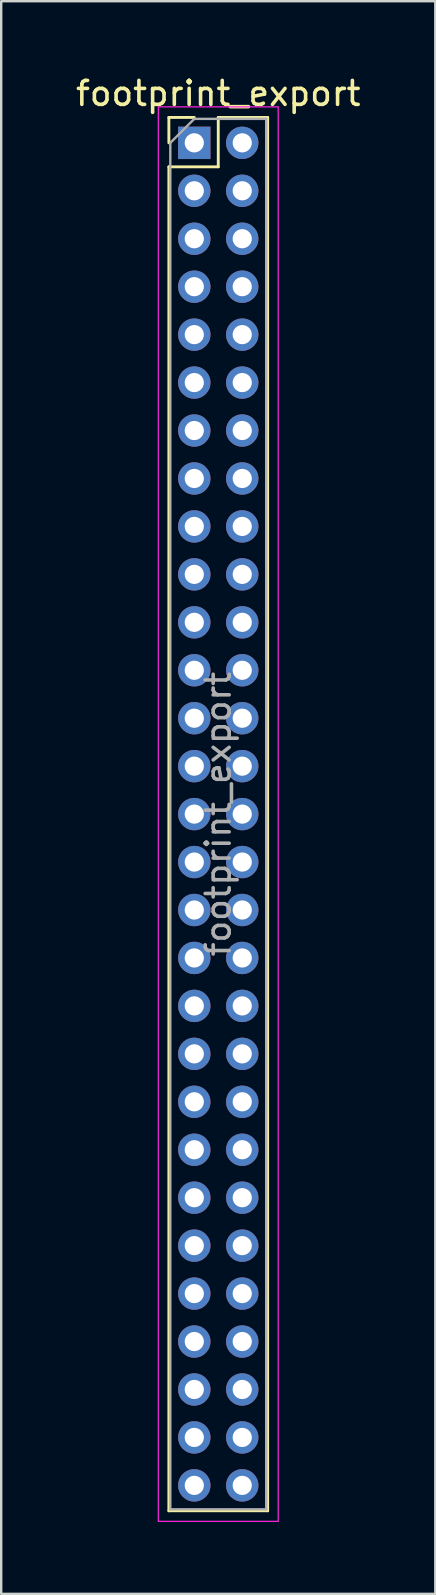
<source format=kicad_pcb>
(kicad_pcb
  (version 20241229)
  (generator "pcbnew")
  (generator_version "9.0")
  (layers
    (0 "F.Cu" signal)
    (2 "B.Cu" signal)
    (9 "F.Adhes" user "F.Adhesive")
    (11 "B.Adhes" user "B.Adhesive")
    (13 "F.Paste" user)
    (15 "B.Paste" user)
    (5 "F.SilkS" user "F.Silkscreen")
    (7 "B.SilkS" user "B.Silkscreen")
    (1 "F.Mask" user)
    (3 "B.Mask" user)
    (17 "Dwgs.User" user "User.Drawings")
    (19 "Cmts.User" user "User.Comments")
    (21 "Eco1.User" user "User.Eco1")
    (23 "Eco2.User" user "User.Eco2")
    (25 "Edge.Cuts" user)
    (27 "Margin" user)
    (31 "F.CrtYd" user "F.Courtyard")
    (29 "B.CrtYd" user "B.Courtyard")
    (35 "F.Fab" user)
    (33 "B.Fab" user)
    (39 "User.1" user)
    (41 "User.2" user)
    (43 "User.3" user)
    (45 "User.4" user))
  (footprint "footprint_export"
    (layer "F.Cu")
    (at 5.054 2.908)
    (property "Reference" "footprint_export" (at 1 -2.06 0) (layer "F.SilkS") (effects (font (size 1 1) (thickness 0.15))))
    (attr through_hole)
    (fp_line (start -1.06 -1.06) (end 0 -1.06) (stroke (width 0.12) (type solid)) (layer "F.SilkS"))
    (fp_line (start -1.06 0) (end -1.06 -1.06) (stroke (width 0.12) (type solid)) (layer "F.SilkS"))
    (fp_line (start -1.06 1) (end -1.06 57.06) (stroke (width 0.12) (type solid)) (layer "F.SilkS"))
    (fp_line (start -1.06 1) (end 1 1) (stroke (width 0.12) (type solid)) (layer "F.SilkS"))
    (fp_line (start -1.06 57.06) (end 3.06 57.06) (stroke (width 0.12) (type solid)) (layer "F.SilkS"))
    (fp_line (start 1 -1.06) (end 3.06 -1.06) (stroke (width 0.12) (type solid)) (layer "F.SilkS"))
    (fp_line (start 1 1) (end 1 -1.06) (stroke (width 0.12) (type solid)) (layer "F.SilkS"))
    (fp_line (start 3.06 -1.06) (end 3.06 57.06) (stroke (width 0.12) (type solid)) (layer "F.SilkS"))
    (fp_line (start -1.5 -1.5) (end -1.5 57.5) (stroke (width 0.05) (type solid)) (layer "F.CrtYd"))
    (fp_line (start -1.5 57.5) (end 3.5 57.5) (stroke (width 0.05) (type solid)) (layer "F.CrtYd"))
    (fp_line (start 3.5 -1.5) (end -1.5 -1.5) (stroke (width 0.05) (type solid)) (layer "F.CrtYd"))
    (fp_line (start 3.5 57.5) (end 3.5 -1.5) (stroke (width 0.05) (type solid)) (layer "F.CrtYd"))
    (fp_line (start -1 0) (end 0 -1) (stroke (width 0.1) (type solid)) (layer "F.Fab"))
    (fp_line (start -1 57) (end -1 0) (stroke (width 0.1) (type solid)) (layer "F.Fab"))
    (fp_line (start 0 -1) (end 3 -1) (stroke (width 0.1) (type solid)) (layer "F.Fab"))
    (fp_line (start 3 -1) (end 3 57) (stroke (width 0.1) (type solid)) (layer "F.Fab"))
    (fp_line (start 3 57) (end -1 57) (stroke (width 0.1) (type solid)) (layer "F.Fab"))
    (fp_text user "${REFERENCE}" (at 1 28 90) (layer "F.Fab") (effects (font (size 1 1) (thickness 0.15))))
    (pad "1" thru_hole rect (at 0 0) (size 1.35 1.35) (drill 0.8) (layers "*.Cu" "*.Mask"))
    (pad "2" thru_hole oval (at 2 0) (size 1.35 1.35) (drill 0.8) (layers "*.Cu" "*.Mask"))
    (pad "3" thru_hole oval (at 0 2) (size 1.35 1.35) (drill 0.8) (layers "*.Cu" "*.Mask"))
    (pad "4" thru_hole oval (at 2 2) (size 1.35 1.35) (drill 0.8) (layers "*.Cu" "*.Mask"))
    (pad "5" thru_hole oval (at 0 4) (size 1.35 1.35) (drill 0.8) (layers "*.Cu" "*.Mask"))
    (pad "6" thru_hole oval (at 2 4) (size 1.35 1.35) (drill 0.8) (layers "*.Cu" "*.Mask"))
    (pad "7" thru_hole oval (at 0 6) (size 1.35 1.35) (drill 0.8) (layers "*.Cu" "*.Mask"))
    (pad "8" thru_hole oval (at 2 6) (size 1.35 1.35) (drill 0.8) (layers "*.Cu" "*.Mask"))
    (pad "9" thru_hole oval (at 0 8) (size 1.35 1.35) (drill 0.8) (layers "*.Cu" "*.Mask"))
    (pad "10" thru_hole oval (at 2 8) (size 1.35 1.35) (drill 0.8) (layers "*.Cu" "*.Mask"))
    (pad "11" thru_hole oval (at 0 10) (size 1.35 1.35) (drill 0.8) (layers "*.Cu" "*.Mask"))
    (pad "12" thru_hole oval (at 2 10) (size 1.35 1.35) (drill 0.8) (layers "*.Cu" "*.Mask"))
    (pad "13" thru_hole oval (at 0 12) (size 1.35 1.35) (drill 0.8) (layers "*.Cu" "*.Mask"))
    (pad "14" thru_hole oval (at 2 12) (size 1.35 1.35) (drill 0.8) (layers "*.Cu" "*.Mask"))
    (pad "15" thru_hole oval (at 0 14) (size 1.35 1.35) (drill 0.8) (layers "*.Cu" "*.Mask"))
    (pad "16" thru_hole oval (at 2 14) (size 1.35 1.35) (drill 0.8) (layers "*.Cu" "*.Mask"))
    (pad "17" thru_hole oval (at 0 16) (size 1.35 1.35) (drill 0.8) (layers "*.Cu" "*.Mask"))
    (pad "18" thru_hole oval (at 2 16) (size 1.35 1.35) (drill 0.8) (layers "*.Cu" "*.Mask"))
    (pad "19" thru_hole oval (at 0 18) (size 1.35 1.35) (drill 0.8) (layers "*.Cu" "*.Mask"))
    (pad "20" thru_hole oval (at 2 18) (size 1.35 1.35) (drill 0.8) (layers "*.Cu" "*.Mask"))
    (pad "21" thru_hole oval (at 0 20) (size 1.35 1.35) (drill 0.8) (layers "*.Cu" "*.Mask"))
    (pad "22" thru_hole oval (at 2 20) (size 1.35 1.35) (drill 0.8) (layers "*.Cu" "*.Mask"))
    (pad "23" thru_hole oval (at 0 22) (size 1.35 1.35) (drill 0.8) (layers "*.Cu" "*.Mask"))
    (pad "24" thru_hole oval (at 2 22) (size 1.35 1.35) (drill 0.8) (layers "*.Cu" "*.Mask"))
    (pad "25" thru_hole oval (at 0 24) (size 1.35 1.35) (drill 0.8) (layers "*.Cu" "*.Mask"))
    (pad "26" thru_hole oval (at 2 24) (size 1.35 1.35) (drill 0.8) (layers "*.Cu" "*.Mask"))
    (pad "27" thru_hole oval (at 0 26) (size 1.35 1.35) (drill 0.8) (layers "*.Cu" "*.Mask"))
    (pad "28" thru_hole oval (at 2 26) (size 1.35 1.35) (drill 0.8) (layers "*.Cu" "*.Mask"))
    (pad "29" thru_hole oval (at 0 28) (size 1.35 1.35) (drill 0.8) (layers "*.Cu" "*.Mask"))
    (pad "30" thru_hole oval (at 2 28) (size 1.35 1.35) (drill 0.8) (layers "*.Cu" "*.Mask"))
    (pad "31" thru_hole oval (at 0 30) (size 1.35 1.35) (drill 0.8) (layers "*.Cu" "*.Mask"))
    (pad "32" thru_hole oval (at 2 30) (size 1.35 1.35) (drill 0.8) (layers "*.Cu" "*.Mask"))
    (pad "33" thru_hole oval (at 0 32) (size 1.35 1.35) (drill 0.8) (layers "*.Cu" "*.Mask"))
    (pad "34" thru_hole oval (at 2 32) (size 1.35 1.35) (drill 0.8) (layers "*.Cu" "*.Mask"))
    (pad "35" thru_hole oval (at 0 34) (size 1.35 1.35) (drill 0.8) (layers "*.Cu" "*.Mask"))
    (pad "36" thru_hole oval (at 2 34) (size 1.35 1.35) (drill 0.8) (layers "*.Cu" "*.Mask"))
    (pad "37" thru_hole oval (at 0 36) (size 1.35 1.35) (drill 0.8) (layers "*.Cu" "*.Mask"))
    (pad "38" thru_hole oval (at 2 36) (size 1.35 1.35) (drill 0.8) (layers "*.Cu" "*.Mask"))
    (pad "39" thru_hole oval (at 0 38) (size 1.35 1.35) (drill 0.8) (layers "*.Cu" "*.Mask"))
    (pad "40" thru_hole oval (at 2 38) (size 1.35 1.35) (drill 0.8) (layers "*.Cu" "*.Mask"))
    (pad "41" thru_hole oval (at 0 40) (size 1.35 1.35) (drill 0.8) (layers "*.Cu" "*.Mask"))
    (pad "42" thru_hole oval (at 2 40) (size 1.35 1.35) (drill 0.8) (layers "*.Cu" "*.Mask"))
    (pad "43" thru_hole oval (at 0 42) (size 1.35 1.35) (drill 0.8) (layers "*.Cu" "*.Mask"))
    (pad "44" thru_hole oval (at 2 42) (size 1.35 1.35) (drill 0.8) (layers "*.Cu" "*.Mask"))
    (pad "45" thru_hole oval (at 0 44) (size 1.35 1.35) (drill 0.8) (layers "*.Cu" "*.Mask"))
    (pad "46" thru_hole oval (at 2 44) (size 1.35 1.35) (drill 0.8) (layers "*.Cu" "*.Mask"))
    (pad "47" thru_hole oval (at 0 46) (size 1.35 1.35) (drill 0.8) (layers "*.Cu" "*.Mask"))
    (pad "48" thru_hole oval (at 2 46) (size 1.35 1.35) (drill 0.8) (layers "*.Cu" "*.Mask"))
    (pad "49" thru_hole oval (at 0 48) (size 1.35 1.35) (drill 0.8) (layers "*.Cu" "*.Mask"))
    (pad "50" thru_hole oval (at 2 48) (size 1.35 1.35) (drill 0.8) (layers "*.Cu" "*.Mask"))
    (pad "51" thru_hole oval (at 0 50) (size 1.35 1.35) (drill 0.8) (layers "*.Cu" "*.Mask"))
    (pad "52" thru_hole oval (at 2 50) (size 1.35 1.35) (drill 0.8) (layers "*.Cu" "*.Mask"))
    (pad "53" thru_hole oval (at 0 52) (size 1.35 1.35) (drill 0.8) (layers "*.Cu" "*.Mask"))
    (pad "54" thru_hole oval (at 2 52) (size 1.35 1.35) (drill 0.8) (layers "*.Cu" "*.Mask"))
    (pad "55" thru_hole oval (at 0 54) (size 1.35 1.35) (drill 0.8) (layers "*.Cu" "*.Mask"))
    (pad "56" thru_hole oval (at 2 54) (size 1.35 1.35) (drill 0.8) (layers "*.Cu" "*.Mask"))
    (pad "57" thru_hole oval (at 0 56) (size 1.35 1.35) (drill 0.8) (layers "*.Cu" "*.Mask"))
    (pad "58" thru_hole oval (at 2 56) (size 1.35 1.35) (drill 0.8) (layers "*.Cu" "*.Mask")))
  (gr_rect
    (start -3 -3)
    (end 15.107 63.433)
    (stroke (width 0.1) (type default))
    (fill no)
    (layer "Edge.Cuts")))
</source>
